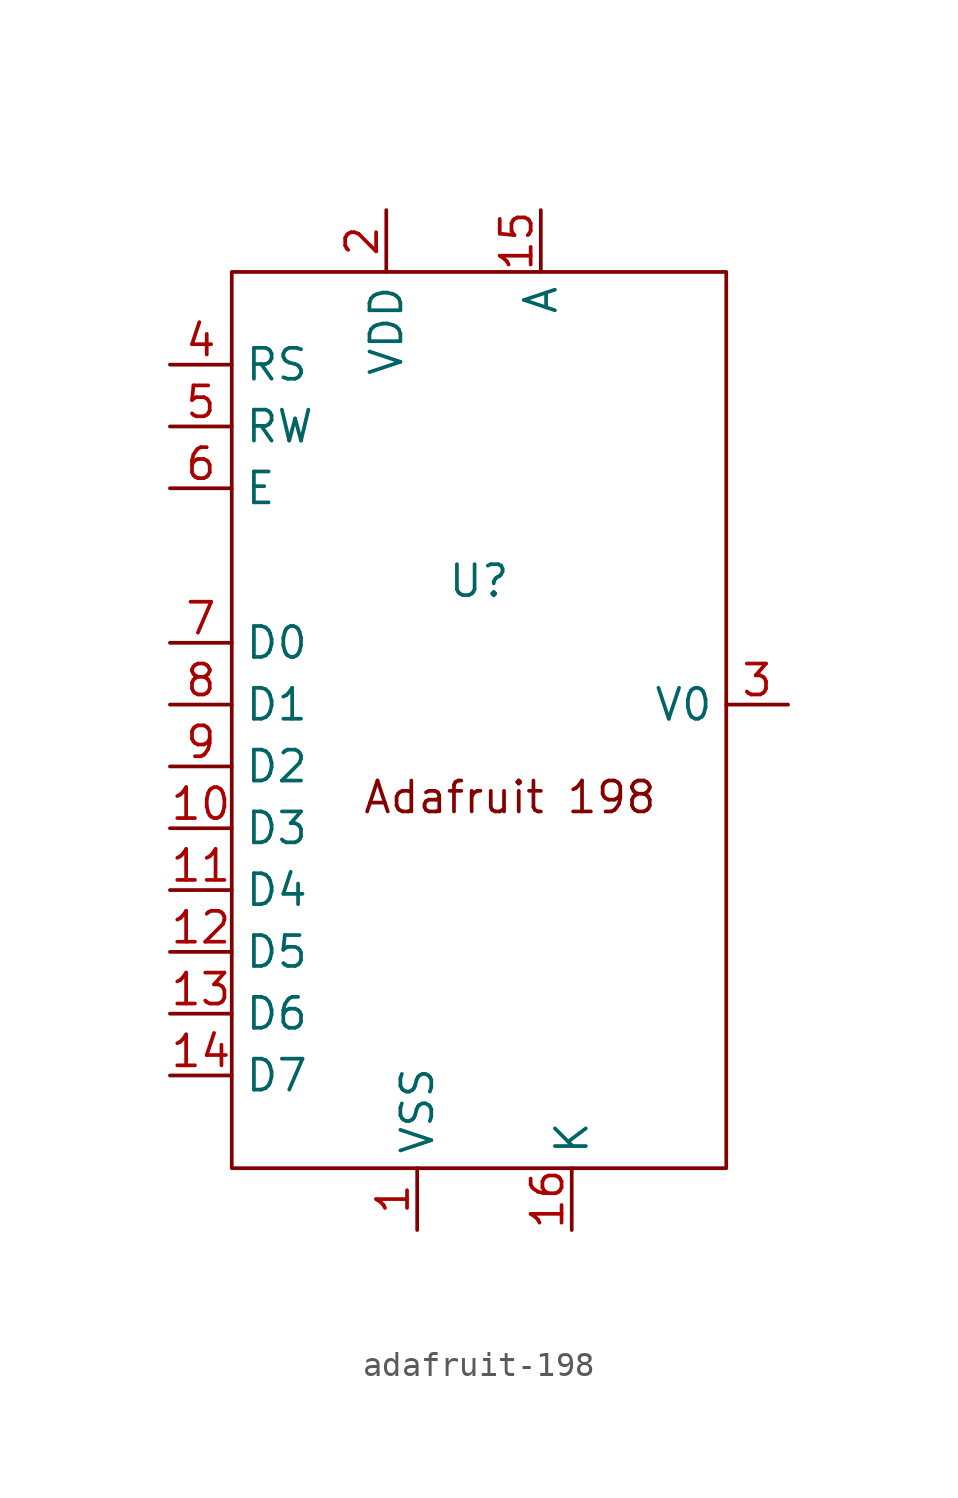
<source format=kicad_sym>
(kicad_symbol_lib
  (version 20220914)
  (generator kicad_symbol_editor)
  (symbol "adafruit-198"
    (property "Reference" "U"
      (at 2.54 -3.81 0)
      (effects (font (size 1.27 1.27))))
    (property "Value" ""
      (at 0 0 0)
      (effects (font (size 1.27 1.27))))
    (symbol "adafruit-198_0_1"
      (rectangle (start -7.62 8.89) (end 12.7 -27.94) (stroke (width 0) (type default)) (fill (type none))))
    (symbol "adafruit-198_1_1"
      (text "Adafruit 198" (at 3.81 -12.7 0) (effects (font (size 1.27 1.27))))
      (pin power_in line (at 0 -30.48 90) (length 2.54) (name "VSS" (effects (font (size 1.27 1.27)))) (number "1" (effects (font (size 1.27 1.27)))))
      (pin tri_state line (at -10.16 -13.97 0) (length 2.54) (name "D3" (effects (font (size 1.27 1.27)))) (number "10" (effects (font (size 1.27 1.27)))))
      (pin tri_state line (at -10.16 -16.51 0) (length 2.54) (name "D4" (effects (font (size 1.27 1.27)))) (number "11" (effects (font (size 1.27 1.27)))))
      (pin tri_state line (at -10.16 -19.05 0) (length 2.54) (name "D5" (effects (font (size 1.27 1.27)))) (number "12" (effects (font (size 1.27 1.27)))))
      (pin tri_state line (at -10.16 -21.59 0) (length 2.54) (name "D6" (effects (font (size 1.27 1.27)))) (number "13" (effects (font (size 1.27 1.27)))))
      (pin tri_state line (at -10.16 -24.13 0) (length 2.54) (name "D7" (effects (font (size 1.27 1.27)))) (number "14" (effects (font (size 1.27 1.27)))))
      (pin power_in line (at 5.08 11.43 270) (length 2.54) (name "A" (effects (font (size 1.27 1.27)))) (number "15" (effects (font (size 1.27 1.27)))))
      (pin power_in line (at 6.35 -30.48 90) (length 2.54) (name "K" (effects (font (size 1.27 1.27)))) (number "16" (effects (font (size 1.27 1.27)))))
      (pin power_in line (at -1.27 11.43 270) (length 2.54) (name "VDD" (effects (font (size 1.27 1.27)))) (number "2" (effects (font (size 1.27 1.27)))))
      (pin input line (at 15.24 -8.89 180) (length 2.54) (name "V0" (effects (font (size 1.27 1.27)))) (number "3" (effects (font (size 1.27 1.27)))))
      (pin input line (at -10.16 5.08 0) (length 2.54) (name "RS" (effects (font (size 1.27 1.27)))) (number "4" (effects (font (size 1.27 1.27)))))
      (pin input line (at -10.16 2.54 0) (length 2.54) (name "RW" (effects (font (size 1.27 1.27)))) (number "5" (effects (font (size 1.27 1.27)))))
      (pin input line (at -10.16 0 0) (length 2.54) (name "E" (effects (font (size 1.27 1.27)))) (number "6" (effects (font (size 1.27 1.27)))))
      (pin tri_state line (at -10.16 -6.35 0) (length 2.54) (name "D0" (effects (font (size 1.27 1.27)))) (number "7" (effects (font (size 1.27 1.27)))))
      (pin tri_state line (at -10.16 -8.89 0) (length 2.54) (name "D1" (effects (font (size 1.27 1.27)))) (number "8" (effects (font (size 1.27 1.27)))))
      (pin tri_state line (at -10.16 -11.43 0) (length 2.54) (name "D2" (effects (font (size 1.27 1.27)))) (number "9" (effects (font (size 1.27 1.27))))))))
</source>
